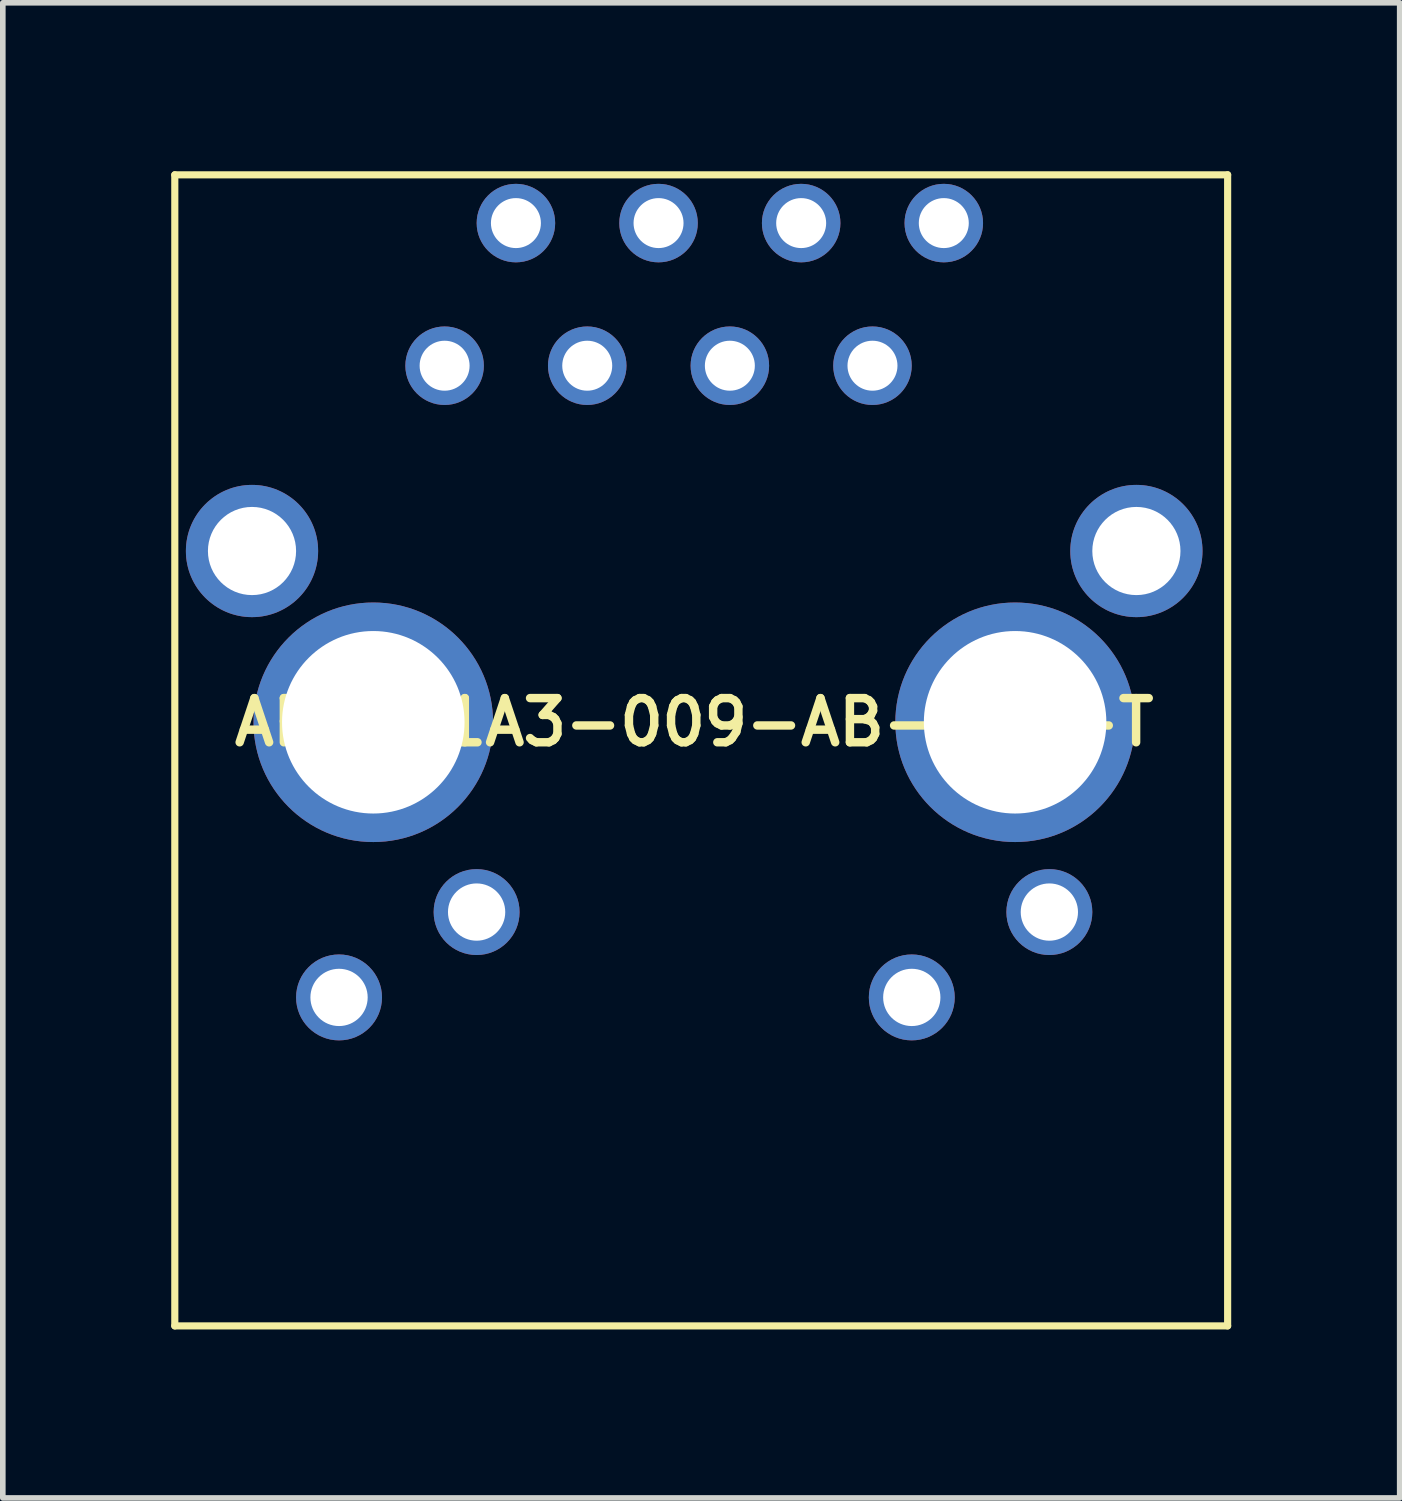
<source format=kicad_pcb>
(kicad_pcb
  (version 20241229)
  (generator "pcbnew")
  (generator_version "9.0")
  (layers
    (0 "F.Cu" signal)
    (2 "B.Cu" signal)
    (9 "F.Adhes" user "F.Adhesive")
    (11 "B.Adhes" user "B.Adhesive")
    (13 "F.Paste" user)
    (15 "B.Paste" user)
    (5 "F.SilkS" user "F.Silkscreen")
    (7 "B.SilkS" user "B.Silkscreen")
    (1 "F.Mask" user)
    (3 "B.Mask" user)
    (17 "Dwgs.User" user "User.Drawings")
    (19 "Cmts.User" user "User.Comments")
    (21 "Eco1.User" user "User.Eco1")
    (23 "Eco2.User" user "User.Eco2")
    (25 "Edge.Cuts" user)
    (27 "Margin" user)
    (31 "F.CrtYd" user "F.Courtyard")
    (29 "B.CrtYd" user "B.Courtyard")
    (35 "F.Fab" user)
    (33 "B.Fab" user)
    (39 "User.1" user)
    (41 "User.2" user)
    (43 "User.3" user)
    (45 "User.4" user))
  (footprint "ARJM11A3-009-AB-ER2-T"
    (layer "F.Cu")
    (at 9.313 9.813)
    (property "Reference" "ARJM11A3-009-AB-ER2-T" (at 0 0 0) (layer "F.SilkS") (effects (font (size 0.787 0.787) (thickness 0.15))))
    (attr through_hole)
    (fp_line (start -9.25 -9.75) (end 9.5 -9.75) (stroke (width 0.127) (type solid)) (layer "F.SilkS"))
    (fp_line (start -9.25 10.75) (end -9.25 -9.75) (stroke (width 0.127) (type solid)) (layer "F.SilkS"))
    (fp_line (start 9.5 -9.75) (end 9.5 10.75) (stroke (width 0.127) (type solid)) (layer "F.SilkS"))
    (fp_line (start 9.5 10.75) (end -9.25 10.75) (stroke (width 0.127) (type solid)) (layer "F.SilkS"))
    (pad "1" thru_hole circle (at -4.445 -6.35) (size 1.398 1.398) (drill 0.89) (layers "*.Cu" "*.Mask"))
    (pad "2" thru_hole circle (at -3.175 -8.89) (size 1.398 1.398) (drill 0.89) (layers "*.Cu" "*.Mask"))
    (pad "3" thru_hole circle (at -1.905 -6.35) (size 1.398 1.398) (drill 0.89) (layers "*.Cu" "*.Mask"))
    (pad "4" thru_hole circle (at -0.635 -8.89) (size 1.398 1.398) (drill 0.89) (layers "*.Cu" "*.Mask"))
    (pad "5" thru_hole circle (at 0.635 -6.35) (size 1.398 1.398) (drill 0.89) (layers "*.Cu" "*.Mask"))
    (pad "6" thru_hole circle (at 1.905 -8.89) (size 1.398 1.398) (drill 0.89) (layers "*.Cu" "*.Mask"))
    (pad "7" thru_hole circle (at 3.175 -6.35) (size 1.398 1.398) (drill 0.89) (layers "*.Cu" "*.Mask"))
    (pad "8" thru_hole circle (at 4.445 -8.89) (size 1.398 1.398) (drill 0.89) (layers "*.Cu" "*.Mask"))
    (pad "GRNA" thru_hole circle (at -6.325 4.9) (size 1.53 1.53) (drill 1.02) (layers "*.Cu" "*.Mask"))
    (pad "GRNC" thru_hole circle (at -3.875 3.38) (size 1.53 1.53) (drill 1.02) (layers "*.Cu" "*.Mask"))
    (pad "P$1" thru_hole circle (at -5.715 0) (size 4.266 4.266) (drill 3.25) (layers "*.Cu" "*.Mask"))
    (pad "P$2" thru_hole circle (at 5.715 0) (size 4.266 4.266) (drill 3.25) (layers "*.Cu" "*.Mask"))
    (pad "P$3" thru_hole circle (at -7.875 -3.05) (size 2.355 2.355) (drill 1.57) (layers "*.Cu" "*.Mask"))
    (pad "P$4" thru_hole circle (at 7.875 -3.05) (size 2.355 2.355) (drill 1.57) (layers "*.Cu" "*.Mask"))
    (pad "YLWA" thru_hole circle (at 3.875 4.9) (size 1.53 1.53) (drill 1.02) (layers "*.Cu" "*.Mask"))
    (pad "YLWC" thru_hole circle (at 6.325 3.38) (size 1.53 1.53) (drill 1.02) (layers "*.Cu" "*.Mask")))
  (gr_rect
    (start -3 -3)
    (end 21.877 23.627)
    (stroke (width 0.1) (type default))
    (fill no)
    (layer "Edge.Cuts")))
</source>
